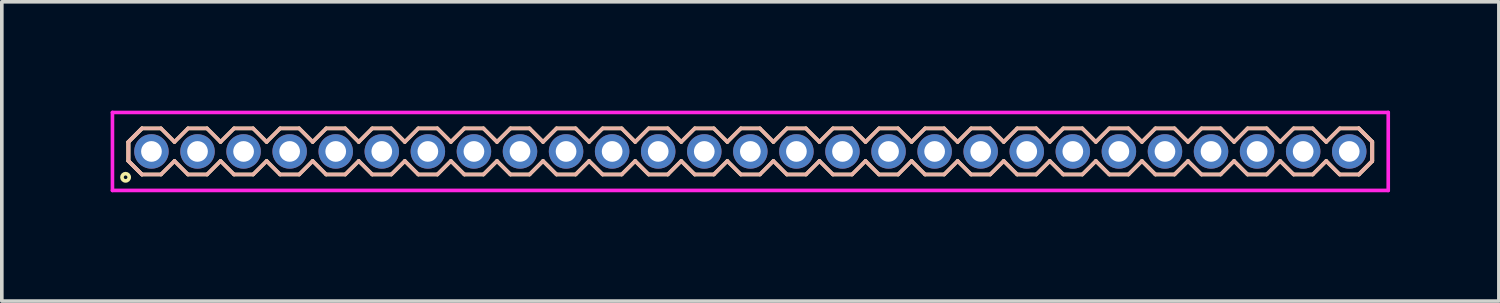
<source format=kicad_pcb>
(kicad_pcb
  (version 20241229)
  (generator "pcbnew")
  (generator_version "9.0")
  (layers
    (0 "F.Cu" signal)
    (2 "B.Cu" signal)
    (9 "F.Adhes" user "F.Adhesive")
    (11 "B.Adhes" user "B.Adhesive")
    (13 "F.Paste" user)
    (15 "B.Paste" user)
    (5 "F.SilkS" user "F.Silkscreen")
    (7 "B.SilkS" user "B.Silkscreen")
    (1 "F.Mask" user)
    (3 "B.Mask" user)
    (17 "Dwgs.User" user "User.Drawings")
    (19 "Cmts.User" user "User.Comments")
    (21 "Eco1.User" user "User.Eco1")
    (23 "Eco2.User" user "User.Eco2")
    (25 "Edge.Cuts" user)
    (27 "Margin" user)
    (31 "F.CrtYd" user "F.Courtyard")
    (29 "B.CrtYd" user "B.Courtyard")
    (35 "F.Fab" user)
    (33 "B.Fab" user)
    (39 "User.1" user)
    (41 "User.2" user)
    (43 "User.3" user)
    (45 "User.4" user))
  (footprint "HDR127P27x1"
    (layer "F.Cu")
    (at 17.635 1.125)
    (property "Reference" "HDR127P27x1" (at 0 0 0) (layer "User.1") (effects (font (size 1 1) (thickness 0.1))))
    (attr through_hole)
    (fp_line (start -17.145 -0.263) (end -16.773 -0.635) (stroke (width 0.1) (type solid)) (layer "F.SilkS"))
    (fp_line (start -17.145 -0.263) (end -16.773 -0.635) (stroke (width 0.1) (type solid)) (layer "F.SilkS"))
    (fp_line (start -17.145 0.263) (end -17.145 -0.263) (stroke (width 0.1) (type solid)) (layer "F.SilkS"))
    (fp_line (start -17.145 0.263) (end -17.145 -0.263) (stroke (width 0.1) (type solid)) (layer "F.SilkS"))
    (fp_line (start -16.773 -0.635) (end -16.247 -0.635) (stroke (width 0.1) (type solid)) (layer "F.SilkS"))
    (fp_line (start -16.773 0.635) (end -17.145 0.263) (stroke (width 0.1) (type solid)) (layer "F.SilkS"))
    (fp_line (start -16.773 0.635) (end -17.145 0.263) (stroke (width 0.1) (type solid)) (layer "F.SilkS"))
    (fp_line (start -16.247 -0.635) (end -15.875 -0.263) (stroke (width 0.1) (type solid)) (layer "F.SilkS"))
    (fp_line (start -16.247 0.635) (end -16.773 0.635) (stroke (width 0.1) (type solid)) (layer "F.SilkS"))
    (fp_line (start -15.875 -0.263) (end -15.503 -0.635) (stroke (width 0.1) (type solid)) (layer "F.SilkS"))
    (fp_line (start -15.875 0.263) (end -16.247 0.635) (stroke (width 0.1) (type solid)) (layer "F.SilkS"))
    (fp_line (start -15.503 -0.635) (end -14.977 -0.635) (stroke (width 0.1) (type solid)) (layer "F.SilkS"))
    (fp_line (start -15.503 0.635) (end -15.875 0.263) (stroke (width 0.1) (type solid)) (layer "F.SilkS"))
    (fp_line (start -14.977 -0.635) (end -14.605 -0.263) (stroke (width 0.1) (type solid)) (layer "F.SilkS"))
    (fp_line (start -14.977 0.635) (end -15.503 0.635) (stroke (width 0.1) (type solid)) (layer "F.SilkS"))
    (fp_line (start -14.605 -0.263) (end -14.233 -0.635) (stroke (width 0.1) (type solid)) (layer "F.SilkS"))
    (fp_line (start -14.605 0.263) (end -14.977 0.635) (stroke (width 0.1) (type solid)) (layer "F.SilkS"))
    (fp_line (start -14.233 -0.635) (end -13.707 -0.635) (stroke (width 0.1) (type solid)) (layer "F.SilkS"))
    (fp_line (start -14.233 0.635) (end -14.605 0.263) (stroke (width 0.1) (type solid)) (layer "F.SilkS"))
    (fp_line (start -13.707 -0.635) (end -13.335 -0.263) (stroke (width 0.1) (type solid)) (layer "F.SilkS"))
    (fp_line (start -13.707 0.635) (end -14.233 0.635) (stroke (width 0.1) (type solid)) (layer "F.SilkS"))
    (fp_line (start -13.335 -0.263) (end -12.963 -0.635) (stroke (width 0.1) (type solid)) (layer "F.SilkS"))
    (fp_line (start -13.335 0.263) (end -13.707 0.635) (stroke (width 0.1) (type solid)) (layer "F.SilkS"))
    (fp_line (start -12.963 -0.635) (end -12.437 -0.635) (stroke (width 0.1) (type solid)) (layer "F.SilkS"))
    (fp_line (start -12.963 0.635) (end -13.335 0.263) (stroke (width 0.1) (type solid)) (layer "F.SilkS"))
    (fp_line (start -12.437 -0.635) (end -12.065 -0.263) (stroke (width 0.1) (type solid)) (layer "F.SilkS"))
    (fp_line (start -12.437 0.635) (end -12.963 0.635) (stroke (width 0.1) (type solid)) (layer "F.SilkS"))
    (fp_line (start -12.065 -0.263) (end -11.693 -0.635) (stroke (width 0.1) (type solid)) (layer "F.SilkS"))
    (fp_line (start -12.065 0.263) (end -12.437 0.635) (stroke (width 0.1) (type solid)) (layer "F.SilkS"))
    (fp_line (start -11.693 -0.635) (end -11.167 -0.635) (stroke (width 0.1) (type solid)) (layer "F.SilkS"))
    (fp_line (start -11.693 0.635) (end -12.065 0.263) (stroke (width 0.1) (type solid)) (layer "F.SilkS"))
    (fp_line (start -11.167 -0.635) (end -10.795 -0.263) (stroke (width 0.1) (type solid)) (layer "F.SilkS"))
    (fp_line (start -11.167 0.635) (end -11.693 0.635) (stroke (width 0.1) (type solid)) (layer "F.SilkS"))
    (fp_line (start -10.795 -0.263) (end -10.423 -0.635) (stroke (width 0.1) (type solid)) (layer "F.SilkS"))
    (fp_line (start -10.795 0.263) (end -11.167 0.635) (stroke (width 0.1) (type solid)) (layer "F.SilkS"))
    (fp_line (start -10.423 -0.635) (end -9.897 -0.635) (stroke (width 0.1) (type solid)) (layer "F.SilkS"))
    (fp_line (start -10.423 0.635) (end -10.795 0.263) (stroke (width 0.1) (type solid)) (layer "F.SilkS"))
    (fp_line (start -9.897 -0.635) (end -9.525 -0.263) (stroke (width 0.1) (type solid)) (layer "F.SilkS"))
    (fp_line (start -9.897 0.635) (end -10.423 0.635) (stroke (width 0.1) (type solid)) (layer "F.SilkS"))
    (fp_line (start -9.525 -0.263) (end -9.153 -0.635) (stroke (width 0.1) (type solid)) (layer "F.SilkS"))
    (fp_line (start -9.525 0.263) (end -9.897 0.635) (stroke (width 0.1) (type solid)) (layer "F.SilkS"))
    (fp_line (start -9.153 -0.635) (end -8.627 -0.635) (stroke (width 0.1) (type solid)) (layer "F.SilkS"))
    (fp_line (start -9.153 0.635) (end -9.525 0.263) (stroke (width 0.1) (type solid)) (layer "F.SilkS"))
    (fp_line (start -8.627 -0.635) (end -8.255 -0.263) (stroke (width 0.1) (type solid)) (layer "F.SilkS"))
    (fp_line (start -8.627 0.635) (end -9.153 0.635) (stroke (width 0.1) (type solid)) (layer "F.SilkS"))
    (fp_line (start -8.255 -0.263) (end -7.883 -0.635) (stroke (width 0.1) (type solid)) (layer "F.SilkS"))
    (fp_line (start -8.255 0.263) (end -8.627 0.635) (stroke (width 0.1) (type solid)) (layer "F.SilkS"))
    (fp_line (start -7.883 -0.635) (end -7.357 -0.635) (stroke (width 0.1) (type solid)) (layer "F.SilkS"))
    (fp_line (start -7.883 0.635) (end -8.255 0.263) (stroke (width 0.1) (type solid)) (layer "F.SilkS"))
    (fp_line (start -7.357 -0.635) (end -6.985 -0.263) (stroke (width 0.1) (type solid)) (layer "F.SilkS"))
    (fp_line (start -7.357 0.635) (end -7.883 0.635) (stroke (width 0.1) (type solid)) (layer "F.SilkS"))
    (fp_line (start -6.985 -0.263) (end -6.613 -0.635) (stroke (width 0.1) (type solid)) (layer "F.SilkS"))
    (fp_line (start -6.985 0.263) (end -7.357 0.635) (stroke (width 0.1) (type solid)) (layer "F.SilkS"))
    (fp_line (start -6.613 -0.635) (end -6.087 -0.635) (stroke (width 0.1) (type solid)) (layer "F.SilkS"))
    (fp_line (start -6.613 0.635) (end -6.985 0.263) (stroke (width 0.1) (type solid)) (layer "F.SilkS"))
    (fp_line (start -6.087 -0.635) (end -5.715 -0.263) (stroke (width 0.1) (type solid)) (layer "F.SilkS"))
    (fp_line (start -6.087 0.635) (end -6.613 0.635) (stroke (width 0.1) (type solid)) (layer "F.SilkS"))
    (fp_line (start -5.715 -0.263) (end -5.343 -0.635) (stroke (width 0.1) (type solid)) (layer "F.SilkS"))
    (fp_line (start -5.715 0.263) (end -6.087 0.635) (stroke (width 0.1) (type solid)) (layer "F.SilkS"))
    (fp_line (start -5.343 -0.635) (end -4.817 -0.635) (stroke (width 0.1) (type solid)) (layer "F.SilkS"))
    (fp_line (start -5.343 0.635) (end -5.715 0.263) (stroke (width 0.1) (type solid)) (layer "F.SilkS"))
    (fp_line (start -4.817 -0.635) (end -4.445 -0.263) (stroke (width 0.1) (type solid)) (layer "F.SilkS"))
    (fp_line (start -4.817 0.635) (end -5.343 0.635) (stroke (width 0.1) (type solid)) (layer "F.SilkS"))
    (fp_line (start -4.445 -0.263) (end -4.073 -0.635) (stroke (width 0.1) (type solid)) (layer "F.SilkS"))
    (fp_line (start -4.445 0.263) (end -4.817 0.635) (stroke (width 0.1) (type solid)) (layer "F.SilkS"))
    (fp_line (start -4.073 -0.635) (end -3.547 -0.635) (stroke (width 0.1) (type solid)) (layer "F.SilkS"))
    (fp_line (start -4.073 0.635) (end -4.445 0.263) (stroke (width 0.1) (type solid)) (layer "F.SilkS"))
    (fp_line (start -3.547 -0.635) (end -3.175 -0.263) (stroke (width 0.1) (type solid)) (layer "F.SilkS"))
    (fp_line (start -3.547 0.635) (end -4.073 0.635) (stroke (width 0.1) (type solid)) (layer "F.SilkS"))
    (fp_line (start -3.175 -0.263) (end -2.803 -0.635) (stroke (width 0.1) (type solid)) (layer "F.SilkS"))
    (fp_line (start -3.175 0.263) (end -3.547 0.635) (stroke (width 0.1) (type solid)) (layer "F.SilkS"))
    (fp_line (start -2.803 -0.635) (end -2.277 -0.635) (stroke (width 0.1) (type solid)) (layer "F.SilkS"))
    (fp_line (start -2.803 0.635) (end -3.175 0.263) (stroke (width 0.1) (type solid)) (layer "F.SilkS"))
    (fp_line (start -2.277 -0.635) (end -1.905 -0.263) (stroke (width 0.1) (type solid)) (layer "F.SilkS"))
    (fp_line (start -2.277 0.635) (end -2.803 0.635) (stroke (width 0.1) (type solid)) (layer "F.SilkS"))
    (fp_line (start -1.905 -0.263) (end -1.533 -0.635) (stroke (width 0.1) (type solid)) (layer "F.SilkS"))
    (fp_line (start -1.905 0.263) (end -2.277 0.635) (stroke (width 0.1) (type solid)) (layer "F.SilkS"))
    (fp_line (start -1.533 -0.635) (end -1.007 -0.635) (stroke (width 0.1) (type solid)) (layer "F.SilkS"))
    (fp_line (start -1.533 0.635) (end -1.905 0.263) (stroke (width 0.1) (type solid)) (layer "F.SilkS"))
    (fp_line (start -1.007 -0.635) (end -0.635 -0.263) (stroke (width 0.1) (type solid)) (layer "F.SilkS"))
    (fp_line (start -1.007 0.635) (end -1.533 0.635) (stroke (width 0.1) (type solid)) (layer "F.SilkS"))
    (fp_line (start -0.635 -0.263) (end -0.263 -0.635) (stroke (width 0.1) (type solid)) (layer "F.SilkS"))
    (fp_line (start -0.635 0.263) (end -1.007 0.635) (stroke (width 0.1) (type solid)) (layer "F.SilkS"))
    (fp_line (start -0.263 -0.635) (end 0.263 -0.635) (stroke (width 0.1) (type solid)) (layer "F.SilkS"))
    (fp_line (start -0.263 0.635) (end -0.635 0.263) (stroke (width 0.1) (type solid)) (layer "F.SilkS"))
    (fp_line (start 0.263 -0.635) (end 0.635 -0.263) (stroke (width 0.1) (type solid)) (layer "F.SilkS"))
    (fp_line (start 0.263 0.635) (end -0.263 0.635) (stroke (width 0.1) (type solid)) (layer "F.SilkS"))
    (fp_line (start 0.635 -0.263) (end 1.007 -0.635) (stroke (width 0.1) (type solid)) (layer "F.SilkS"))
    (fp_line (start 0.635 0.263) (end 0.263 0.635) (stroke (width 0.1) (type solid)) (layer "F.SilkS"))
    (fp_line (start 1.007 -0.635) (end 1.533 -0.635) (stroke (width 0.1) (type solid)) (layer "F.SilkS"))
    (fp_line (start 1.007 0.635) (end 0.635 0.263) (stroke (width 0.1) (type solid)) (layer "F.SilkS"))
    (fp_line (start 1.533 -0.635) (end 1.905 -0.263) (stroke (width 0.1) (type solid)) (layer "F.SilkS"))
    (fp_line (start 1.533 0.635) (end 1.007 0.635) (stroke (width 0.1) (type solid)) (layer "F.SilkS"))
    (fp_line (start 1.905 -0.263) (end 2.277 -0.635) (stroke (width 0.1) (type solid)) (layer "F.SilkS"))
    (fp_line (start 1.905 0.263) (end 1.533 0.635) (stroke (width 0.1) (type solid)) (layer "F.SilkS"))
    (fp_line (start 2.277 -0.635) (end 2.803 -0.635) (stroke (width 0.1) (type solid)) (layer "F.SilkS"))
    (fp_line (start 2.277 0.635) (end 1.905 0.263) (stroke (width 0.1) (type solid)) (layer "F.SilkS"))
    (fp_line (start 2.803 -0.635) (end 3.175 -0.263) (stroke (width 0.1) (type solid)) (layer "F.SilkS"))
    (fp_line (start 2.803 0.635) (end 2.277 0.635) (stroke (width 0.1) (type solid)) (layer "F.SilkS"))
    (fp_line (start 3.175 -0.263) (end 3.547 -0.635) (stroke (width 0.1) (type solid)) (layer "F.SilkS"))
    (fp_line (start 3.175 0.263) (end 2.803 0.635) (stroke (width 0.1) (type solid)) (layer "F.SilkS"))
    (fp_line (start 3.547 -0.635) (end 4.073 -0.635) (stroke (width 0.1) (type solid)) (layer "F.SilkS"))
    (fp_line (start 3.547 0.635) (end 3.175 0.263) (stroke (width 0.1) (type solid)) (layer "F.SilkS"))
    (fp_line (start 4.073 -0.635) (end 4.445 -0.263) (stroke (width 0.1) (type solid)) (layer "F.SilkS"))
    (fp_line (start 4.073 0.635) (end 3.547 0.635) (stroke (width 0.1) (type solid)) (layer "F.SilkS"))
    (fp_line (start 4.445 -0.263) (end 4.817 -0.635) (stroke (width 0.1) (type solid)) (layer "F.SilkS"))
    (fp_line (start 4.445 0.263) (end 4.073 0.635) (stroke (width 0.1) (type solid)) (layer "F.SilkS"))
    (fp_line (start 4.817 -0.635) (end 5.343 -0.635) (stroke (width 0.1) (type solid)) (layer "F.SilkS"))
    (fp_line (start 4.817 0.635) (end 4.445 0.263) (stroke (width 0.1) (type solid)) (layer "F.SilkS"))
    (fp_line (start 5.343 -0.635) (end 5.715 -0.263) (stroke (width 0.1) (type solid)) (layer "F.SilkS"))
    (fp_line (start 5.343 0.635) (end 4.817 0.635) (stroke (width 0.1) (type solid)) (layer "F.SilkS"))
    (fp_line (start 5.715 -0.263) (end 6.087 -0.635) (stroke (width 0.1) (type solid)) (layer "F.SilkS"))
    (fp_line (start 5.715 0.263) (end 5.343 0.635) (stroke (width 0.1) (type solid)) (layer "F.SilkS"))
    (fp_line (start 6.087 -0.635) (end 6.613 -0.635) (stroke (width 0.1) (type solid)) (layer "F.SilkS"))
    (fp_line (start 6.087 0.635) (end 5.715 0.263) (stroke (width 0.1) (type solid)) (layer "F.SilkS"))
    (fp_line (start 6.613 -0.635) (end 6.985 -0.263) (stroke (width 0.1) (type solid)) (layer "F.SilkS"))
    (fp_line (start 6.613 0.635) (end 6.087 0.635) (stroke (width 0.1) (type solid)) (layer "F.SilkS"))
    (fp_line (start 6.985 -0.263) (end 7.357 -0.635) (stroke (width 0.1) (type solid)) (layer "F.SilkS"))
    (fp_line (start 6.985 0.263) (end 6.613 0.635) (stroke (width 0.1) (type solid)) (layer "F.SilkS"))
    (fp_line (start 7.357 -0.635) (end 7.883 -0.635) (stroke (width 0.1) (type solid)) (layer "F.SilkS"))
    (fp_line (start 7.357 0.635) (end 6.985 0.263) (stroke (width 0.1) (type solid)) (layer "F.SilkS"))
    (fp_line (start 7.883 -0.635) (end 8.255 -0.263) (stroke (width 0.1) (type solid)) (layer "F.SilkS"))
    (fp_line (start 7.883 0.635) (end 7.357 0.635) (stroke (width 0.1) (type solid)) (layer "F.SilkS"))
    (fp_line (start 8.255 -0.263) (end 8.627 -0.635) (stroke (width 0.1) (type solid)) (layer "F.SilkS"))
    (fp_line (start 8.255 0.263) (end 7.883 0.635) (stroke (width 0.1) (type solid)) (layer "F.SilkS"))
    (fp_line (start 8.627 -0.635) (end 9.153 -0.635) (stroke (width 0.1) (type solid)) (layer "F.SilkS"))
    (fp_line (start 8.627 0.635) (end 8.255 0.263) (stroke (width 0.1) (type solid)) (layer "F.SilkS"))
    (fp_line (start 9.153 -0.635) (end 9.525 -0.263) (stroke (width 0.1) (type solid)) (layer "F.SilkS"))
    (fp_line (start 9.153 0.635) (end 8.627 0.635) (stroke (width 0.1) (type solid)) (layer "F.SilkS"))
    (fp_line (start 9.525 -0.263) (end 9.897 -0.635) (stroke (width 0.1) (type solid)) (layer "F.SilkS"))
    (fp_line (start 9.525 0.263) (end 9.153 0.635) (stroke (width 0.1) (type solid)) (layer "F.SilkS"))
    (fp_line (start 9.897 -0.635) (end 10.423 -0.635) (stroke (width 0.1) (type solid)) (layer "F.SilkS"))
    (fp_line (start 9.897 0.635) (end 9.525 0.263) (stroke (width 0.1) (type solid)) (layer "F.SilkS"))
    (fp_line (start 10.423 -0.635) (end 10.795 -0.263) (stroke (width 0.1) (type solid)) (layer "F.SilkS"))
    (fp_line (start 10.423 0.635) (end 9.897 0.635) (stroke (width 0.1) (type solid)) (layer "F.SilkS"))
    (fp_line (start 10.795 -0.263) (end 11.167 -0.635) (stroke (width 0.1) (type solid)) (layer "F.SilkS"))
    (fp_line (start 10.795 0.263) (end 10.423 0.635) (stroke (width 0.1) (type solid)) (layer "F.SilkS"))
    (fp_line (start 11.167 -0.635) (end 11.693 -0.635) (stroke (width 0.1) (type solid)) (layer "F.SilkS"))
    (fp_line (start 11.167 0.635) (end 10.795 0.263) (stroke (width 0.1) (type solid)) (layer "F.SilkS"))
    (fp_line (start 11.693 -0.635) (end 12.065 -0.263) (stroke (width 0.1) (type solid)) (layer "F.SilkS"))
    (fp_line (start 11.693 0.635) (end 11.167 0.635) (stroke (width 0.1) (type solid)) (layer "F.SilkS"))
    (fp_line (start 12.065 -0.263) (end 12.437 -0.635) (stroke (width 0.1) (type solid)) (layer "F.SilkS"))
    (fp_line (start 12.065 0.263) (end 11.693 0.635) (stroke (width 0.1) (type solid)) (layer "F.SilkS"))
    (fp_line (start 12.437 -0.635) (end 12.963 -0.635) (stroke (width 0.1) (type solid)) (layer "F.SilkS"))
    (fp_line (start 12.437 0.635) (end 12.065 0.263) (stroke (width 0.1) (type solid)) (layer "F.SilkS"))
    (fp_line (start 12.963 -0.635) (end 13.335 -0.263) (stroke (width 0.1) (type solid)) (layer "F.SilkS"))
    (fp_line (start 12.963 0.635) (end 12.437 0.635) (stroke (width 0.1) (type solid)) (layer "F.SilkS"))
    (fp_line (start 13.335 -0.263) (end 13.707 -0.635) (stroke (width 0.1) (type solid)) (layer "F.SilkS"))
    (fp_line (start 13.335 0.263) (end 12.963 0.635) (stroke (width 0.1) (type solid)) (layer "F.SilkS"))
    (fp_line (start 13.707 -0.635) (end 14.233 -0.635) (stroke (width 0.1) (type solid)) (layer "F.SilkS"))
    (fp_line (start 13.707 0.635) (end 13.335 0.263) (stroke (width 0.1) (type solid)) (layer "F.SilkS"))
    (fp_line (start 14.233 -0.635) (end 14.605 -0.263) (stroke (width 0.1) (type solid)) (layer "F.SilkS"))
    (fp_line (start 14.233 0.635) (end 13.707 0.635) (stroke (width 0.1) (type solid)) (layer "F.SilkS"))
    (fp_line (start 14.605 -0.263) (end 14.977 -0.635) (stroke (width 0.1) (type solid)) (layer "F.SilkS"))
    (fp_line (start 14.605 0.263) (end 14.233 0.635) (stroke (width 0.1) (type solid)) (layer "F.SilkS"))
    (fp_line (start 14.977 -0.635) (end 15.503 -0.635) (stroke (width 0.1) (type solid)) (layer "F.SilkS"))
    (fp_line (start 14.977 0.635) (end 14.605 0.263) (stroke (width 0.1) (type solid)) (layer "F.SilkS"))
    (fp_line (start 15.503 -0.635) (end 15.875 -0.263) (stroke (width 0.1) (type solid)) (layer "F.SilkS"))
    (fp_line (start 15.503 0.635) (end 14.977 0.635) (stroke (width 0.1) (type solid)) (layer "F.SilkS"))
    (fp_line (start 15.875 -0.263) (end 16.247 -0.635) (stroke (width 0.1) (type solid)) (layer "F.SilkS"))
    (fp_line (start 15.875 0.263) (end 15.503 0.635) (stroke (width 0.1) (type solid)) (layer "F.SilkS"))
    (fp_line (start 16.247 -0.635) (end 16.773 -0.635) (stroke (width 0.1) (type solid)) (layer "F.SilkS"))
    (fp_line (start 16.247 0.635) (end 15.875 0.263) (stroke (width 0.1) (type solid)) (layer "F.SilkS"))
    (fp_line (start 16.773 -0.635) (end 17.145 -0.263) (stroke (width 0.1) (type solid)) (layer "F.SilkS"))
    (fp_line (start 16.773 -0.635) (end 17.145 -0.263) (stroke (width 0.1) (type solid)) (layer "F.SilkS"))
    (fp_line (start 16.773 0.635) (end 16.247 0.635) (stroke (width 0.1) (type solid)) (layer "F.SilkS"))
    (fp_line (start 17.145 -0.263) (end 17.145 0.263) (stroke (width 0.1) (type solid)) (layer "F.SilkS"))
    (fp_line (start 17.145 -0.263) (end 17.145 0.263) (stroke (width 0.1) (type solid)) (layer "F.SilkS"))
    (fp_line (start 17.145 0.263) (end 16.773 0.635) (stroke (width 0.1) (type solid)) (layer "F.SilkS"))
    (fp_line (start 17.145 0.263) (end 16.773 0.635) (stroke (width 0.1) (type solid)) (layer "F.SilkS"))
    (fp_circle (center -17.223 0.712) (end -17.123 0.712) (stroke (width 0.1) (type solid)) (fill no) (layer "F.SilkS"))
    (fp_line (start -17.145 -0.263) (end -16.773 -0.635) (stroke (width 0.1) (type solid)) (layer "B.SilkS"))
    (fp_line (start -17.145 -0.263) (end -16.773 -0.635) (stroke (width 0.1) (type solid)) (layer "B.SilkS"))
    (fp_line (start -17.145 0.263) (end -17.145 -0.263) (stroke (width 0.1) (type solid)) (layer "B.SilkS"))
    (fp_line (start -17.145 0.263) (end -17.145 -0.263) (stroke (width 0.1) (type solid)) (layer "B.SilkS"))
    (fp_line (start -16.773 -0.635) (end -16.247 -0.635) (stroke (width 0.1) (type solid)) (layer "B.SilkS"))
    (fp_line (start -16.773 0.635) (end -17.145 0.263) (stroke (width 0.1) (type solid)) (layer "B.SilkS"))
    (fp_line (start -16.773 0.635) (end -17.145 0.263) (stroke (width 0.1) (type solid)) (layer "B.SilkS"))
    (fp_line (start -16.247 -0.635) (end -15.875 -0.263) (stroke (width 0.1) (type solid)) (layer "B.SilkS"))
    (fp_line (start -16.247 0.635) (end -16.773 0.635) (stroke (width 0.1) (type solid)) (layer "B.SilkS"))
    (fp_line (start -15.875 -0.263) (end -15.503 -0.635) (stroke (width 0.1) (type solid)) (layer "B.SilkS"))
    (fp_line (start -15.875 0.263) (end -16.247 0.635) (stroke (width 0.1) (type solid)) (layer "B.SilkS"))
    (fp_line (start -15.503 -0.635) (end -14.977 -0.635) (stroke (width 0.1) (type solid)) (layer "B.SilkS"))
    (fp_line (start -15.503 0.635) (end -15.875 0.263) (stroke (width 0.1) (type solid)) (layer "B.SilkS"))
    (fp_line (start -14.977 -0.635) (end -14.605 -0.263) (stroke (width 0.1) (type solid)) (layer "B.SilkS"))
    (fp_line (start -14.977 0.635) (end -15.503 0.635) (stroke (width 0.1) (type solid)) (layer "B.SilkS"))
    (fp_line (start -14.605 -0.263) (end -14.233 -0.635) (stroke (width 0.1) (type solid)) (layer "B.SilkS"))
    (fp_line (start -14.605 0.263) (end -14.977 0.635) (stroke (width 0.1) (type solid)) (layer "B.SilkS"))
    (fp_line (start -14.233 -0.635) (end -13.707 -0.635) (stroke (width 0.1) (type solid)) (layer "B.SilkS"))
    (fp_line (start -14.233 0.635) (end -14.605 0.263) (stroke (width 0.1) (type solid)) (layer "B.SilkS"))
    (fp_line (start -13.707 -0.635) (end -13.335 -0.263) (stroke (width 0.1) (type solid)) (layer "B.SilkS"))
    (fp_line (start -13.707 0.635) (end -14.233 0.635) (stroke (width 0.1) (type solid)) (layer "B.SilkS"))
    (fp_line (start -13.335 -0.263) (end -12.963 -0.635) (stroke (width 0.1) (type solid)) (layer "B.SilkS"))
    (fp_line (start -13.335 0.263) (end -13.707 0.635) (stroke (width 0.1) (type solid)) (layer "B.SilkS"))
    (fp_line (start -12.963 -0.635) (end -12.437 -0.635) (stroke (width 0.1) (type solid)) (layer "B.SilkS"))
    (fp_line (start -12.963 0.635) (end -13.335 0.263) (stroke (width 0.1) (type solid)) (layer "B.SilkS"))
    (fp_line (start -12.437 -0.635) (end -12.065 -0.263) (stroke (width 0.1) (type solid)) (layer "B.SilkS"))
    (fp_line (start -12.437 0.635) (end -12.963 0.635) (stroke (width 0.1) (type solid)) (layer "B.SilkS"))
    (fp_line (start -12.065 -0.263) (end -11.693 -0.635) (stroke (width 0.1) (type solid)) (layer "B.SilkS"))
    (fp_line (start -12.065 0.263) (end -12.437 0.635) (stroke (width 0.1) (type solid)) (layer "B.SilkS"))
    (fp_line (start -11.693 -0.635) (end -11.167 -0.635) (stroke (width 0.1) (type solid)) (layer "B.SilkS"))
    (fp_line (start -11.693 0.635) (end -12.065 0.263) (stroke (width 0.1) (type solid)) (layer "B.SilkS"))
    (fp_line (start -11.167 -0.635) (end -10.795 -0.263) (stroke (width 0.1) (type solid)) (layer "B.SilkS"))
    (fp_line (start -11.167 0.635) (end -11.693 0.635) (stroke (width 0.1) (type solid)) (layer "B.SilkS"))
    (fp_line (start -10.795 -0.263) (end -10.423 -0.635) (stroke (width 0.1) (type solid)) (layer "B.SilkS"))
    (fp_line (start -10.795 0.263) (end -11.167 0.635) (stroke (width 0.1) (type solid)) (layer "B.SilkS"))
    (fp_line (start -10.423 -0.635) (end -9.897 -0.635) (stroke (width 0.1) (type solid)) (layer "B.SilkS"))
    (fp_line (start -10.423 0.635) (end -10.795 0.263) (stroke (width 0.1) (type solid)) (layer "B.SilkS"))
    (fp_line (start -9.897 -0.635) (end -9.525 -0.263) (stroke (width 0.1) (type solid)) (layer "B.SilkS"))
    (fp_line (start -9.897 0.635) (end -10.423 0.635) (stroke (width 0.1) (type solid)) (layer "B.SilkS"))
    (fp_line (start -9.525 -0.263) (end -9.153 -0.635) (stroke (width 0.1) (type solid)) (layer "B.SilkS"))
    (fp_line (start -9.525 0.263) (end -9.897 0.635) (stroke (width 0.1) (type solid)) (layer "B.SilkS"))
    (fp_line (start -9.153 -0.635) (end -8.627 -0.635) (stroke (width 0.1) (type solid)) (layer "B.SilkS"))
    (fp_line (start -9.153 0.635) (end -9.525 0.263) (stroke (width 0.1) (type solid)) (layer "B.SilkS"))
    (fp_line (start -8.627 -0.635) (end -8.255 -0.263) (stroke (width 0.1) (type solid)) (layer "B.SilkS"))
    (fp_line (start -8.627 0.635) (end -9.153 0.635) (stroke (width 0.1) (type solid)) (layer "B.SilkS"))
    (fp_line (start -8.255 -0.263) (end -7.883 -0.635) (stroke (width 0.1) (type solid)) (layer "B.SilkS"))
    (fp_line (start -8.255 0.263) (end -8.627 0.635) (stroke (width 0.1) (type solid)) (layer "B.SilkS"))
    (fp_line (start -7.883 -0.635) (end -7.357 -0.635) (stroke (width 0.1) (type solid)) (layer "B.SilkS"))
    (fp_line (start -7.883 0.635) (end -8.255 0.263) (stroke (width 0.1) (type solid)) (layer "B.SilkS"))
    (fp_line (start -7.357 -0.635) (end -6.985 -0.263) (stroke (width 0.1) (type solid)) (layer "B.SilkS"))
    (fp_line (start -7.357 0.635) (end -7.883 0.635) (stroke (width 0.1) (type solid)) (layer "B.SilkS"))
    (fp_line (start -6.985 -0.263) (end -6.613 -0.635) (stroke (width 0.1) (type solid)) (layer "B.SilkS"))
    (fp_line (start -6.985 0.263) (end -7.357 0.635) (stroke (width 0.1) (type solid)) (layer "B.SilkS"))
    (fp_line (start -6.613 -0.635) (end -6.087 -0.635) (stroke (width 0.1) (type solid)) (layer "B.SilkS"))
    (fp_line (start -6.613 0.635) (end -6.985 0.263) (stroke (width 0.1) (type solid)) (layer "B.SilkS"))
    (fp_line (start -6.087 -0.635) (end -5.715 -0.263) (stroke (width 0.1) (type solid)) (layer "B.SilkS"))
    (fp_line (start -6.087 0.635) (end -6.613 0.635) (stroke (width 0.1) (type solid)) (layer "B.SilkS"))
    (fp_line (start -5.715 -0.263) (end -5.343 -0.635) (stroke (width 0.1) (type solid)) (layer "B.SilkS"))
    (fp_line (start -5.715 0.263) (end -6.087 0.635) (stroke (width 0.1) (type solid)) (layer "B.SilkS"))
    (fp_line (start -5.343 -0.635) (end -4.817 -0.635) (stroke (width 0.1) (type solid)) (layer "B.SilkS"))
    (fp_line (start -5.343 0.635) (end -5.715 0.263) (stroke (width 0.1) (type solid)) (layer "B.SilkS"))
    (fp_line (start -4.817 -0.635) (end -4.445 -0.263) (stroke (width 0.1) (type solid)) (layer "B.SilkS"))
    (fp_line (start -4.817 0.635) (end -5.343 0.635) (stroke (width 0.1) (type solid)) (layer "B.SilkS"))
    (fp_line (start -4.445 -0.263) (end -4.073 -0.635) (stroke (width 0.1) (type solid)) (layer "B.SilkS"))
    (fp_line (start -4.445 0.263) (end -4.817 0.635) (stroke (width 0.1) (type solid)) (layer "B.SilkS"))
    (fp_line (start -4.073 -0.635) (end -3.547 -0.635) (stroke (width 0.1) (type solid)) (layer "B.SilkS"))
    (fp_line (start -4.073 0.635) (end -4.445 0.263) (stroke (width 0.1) (type solid)) (layer "B.SilkS"))
    (fp_line (start -3.547 -0.635) (end -3.175 -0.263) (stroke (width 0.1) (type solid)) (layer "B.SilkS"))
    (fp_line (start -3.547 0.635) (end -4.073 0.635) (stroke (width 0.1) (type solid)) (layer "B.SilkS"))
    (fp_line (start -3.175 -0.263) (end -2.803 -0.635) (stroke (width 0.1) (type solid)) (layer "B.SilkS"))
    (fp_line (start -3.175 0.263) (end -3.547 0.635) (stroke (width 0.1) (type solid)) (layer "B.SilkS"))
    (fp_line (start -2.803 -0.635) (end -2.277 -0.635) (stroke (width 0.1) (type solid)) (layer "B.SilkS"))
    (fp_line (start -2.803 0.635) (end -3.175 0.263) (stroke (width 0.1) (type solid)) (layer "B.SilkS"))
    (fp_line (start -2.277 -0.635) (end -1.905 -0.263) (stroke (width 0.1) (type solid)) (layer "B.SilkS"))
    (fp_line (start -2.277 0.635) (end -2.803 0.635) (stroke (width 0.1) (type solid)) (layer "B.SilkS"))
    (fp_line (start -1.905 -0.263) (end -1.533 -0.635) (stroke (width 0.1) (type solid)) (layer "B.SilkS"))
    (fp_line (start -1.905 0.263) (end -2.277 0.635) (stroke (width 0.1) (type solid)) (layer "B.SilkS"))
    (fp_line (start -1.533 -0.635) (end -1.007 -0.635) (stroke (width 0.1) (type solid)) (layer "B.SilkS"))
    (fp_line (start -1.533 0.635) (end -1.905 0.263) (stroke (width 0.1) (type solid)) (layer "B.SilkS"))
    (fp_line (start -1.007 -0.635) (end -0.635 -0.263) (stroke (width 0.1) (type solid)) (layer "B.SilkS"))
    (fp_line (start -1.007 0.635) (end -1.533 0.635) (stroke (width 0.1) (type solid)) (layer "B.SilkS"))
    (fp_line (start -0.635 -0.263) (end -0.263 -0.635) (stroke (width 0.1) (type solid)) (layer "B.SilkS"))
    (fp_line (start -0.635 0.263) (end -1.007 0.635) (stroke (width 0.1) (type solid)) (layer "B.SilkS"))
    (fp_line (start -0.263 -0.635) (end 0.263 -0.635) (stroke (width 0.1) (type solid)) (layer "B.SilkS"))
    (fp_line (start -0.263 0.635) (end -0.635 0.263) (stroke (width 0.1) (type solid)) (layer "B.SilkS"))
    (fp_line (start 0.263 -0.635) (end 0.635 -0.263) (stroke (width 0.1) (type solid)) (layer "B.SilkS"))
    (fp_line (start 0.263 0.635) (end -0.263 0.635) (stroke (width 0.1) (type solid)) (layer "B.SilkS"))
    (fp_line (start 0.635 -0.263) (end 1.007 -0.635) (stroke (width 0.1) (type solid)) (layer "B.SilkS"))
    (fp_line (start 0.635 0.263) (end 0.263 0.635) (stroke (width 0.1) (type solid)) (layer "B.SilkS"))
    (fp_line (start 1.007 -0.635) (end 1.533 -0.635) (stroke (width 0.1) (type solid)) (layer "B.SilkS"))
    (fp_line (start 1.007 0.635) (end 0.635 0.263) (stroke (width 0.1) (type solid)) (layer "B.SilkS"))
    (fp_line (start 1.533 -0.635) (end 1.905 -0.263) (stroke (width 0.1) (type solid)) (layer "B.SilkS"))
    (fp_line (start 1.533 0.635) (end 1.007 0.635) (stroke (width 0.1) (type solid)) (layer "B.SilkS"))
    (fp_line (start 1.905 -0.263) (end 2.277 -0.635) (stroke (width 0.1) (type solid)) (layer "B.SilkS"))
    (fp_line (start 1.905 0.263) (end 1.533 0.635) (stroke (width 0.1) (type solid)) (layer "B.SilkS"))
    (fp_line (start 2.277 -0.635) (end 2.803 -0.635) (stroke (width 0.1) (type solid)) (layer "B.SilkS"))
    (fp_line (start 2.277 0.635) (end 1.905 0.263) (stroke (width 0.1) (type solid)) (layer "B.SilkS"))
    (fp_line (start 2.803 -0.635) (end 3.175 -0.263) (stroke (width 0.1) (type solid)) (layer "B.SilkS"))
    (fp_line (start 2.803 0.635) (end 2.277 0.635) (stroke (width 0.1) (type solid)) (layer "B.SilkS"))
    (fp_line (start 3.175 -0.263) (end 3.547 -0.635) (stroke (width 0.1) (type solid)) (layer "B.SilkS"))
    (fp_line (start 3.175 0.263) (end 2.803 0.635) (stroke (width 0.1) (type solid)) (layer "B.SilkS"))
    (fp_line (start 3.547 -0.635) (end 4.073 -0.635) (stroke (width 0.1) (type solid)) (layer "B.SilkS"))
    (fp_line (start 3.547 0.635) (end 3.175 0.263) (stroke (width 0.1) (type solid)) (layer "B.SilkS"))
    (fp_line (start 4.073 -0.635) (end 4.445 -0.263) (stroke (width 0.1) (type solid)) (layer "B.SilkS"))
    (fp_line (start 4.073 0.635) (end 3.547 0.635) (stroke (width 0.1) (type solid)) (layer "B.SilkS"))
    (fp_line (start 4.445 -0.263) (end 4.817 -0.635) (stroke (width 0.1) (type solid)) (layer "B.SilkS"))
    (fp_line (start 4.445 0.263) (end 4.073 0.635) (stroke (width 0.1) (type solid)) (layer "B.SilkS"))
    (fp_line (start 4.817 -0.635) (end 5.343 -0.635) (stroke (width 0.1) (type solid)) (layer "B.SilkS"))
    (fp_line (start 4.817 0.635) (end 4.445 0.263) (stroke (width 0.1) (type solid)) (layer "B.SilkS"))
    (fp_line (start 5.343 -0.635) (end 5.715 -0.263) (stroke (width 0.1) (type solid)) (layer "B.SilkS"))
    (fp_line (start 5.343 0.635) (end 4.817 0.635) (stroke (width 0.1) (type solid)) (layer "B.SilkS"))
    (fp_line (start 5.715 -0.263) (end 6.087 -0.635) (stroke (width 0.1) (type solid)) (layer "B.SilkS"))
    (fp_line (start 5.715 0.263) (end 5.343 0.635) (stroke (width 0.1) (type solid)) (layer "B.SilkS"))
    (fp_line (start 6.087 -0.635) (end 6.613 -0.635) (stroke (width 0.1) (type solid)) (layer "B.SilkS"))
    (fp_line (start 6.087 0.635) (end 5.715 0.263) (stroke (width 0.1) (type solid)) (layer "B.SilkS"))
    (fp_line (start 6.613 -0.635) (end 6.985 -0.263) (stroke (width 0.1) (type solid)) (layer "B.SilkS"))
    (fp_line (start 6.613 0.635) (end 6.087 0.635) (stroke (width 0.1) (type solid)) (layer "B.SilkS"))
    (fp_line (start 6.985 -0.263) (end 7.357 -0.635) (stroke (width 0.1) (type solid)) (layer "B.SilkS"))
    (fp_line (start 6.985 0.263) (end 6.613 0.635) (stroke (width 0.1) (type solid)) (layer "B.SilkS"))
    (fp_line (start 7.357 -0.635) (end 7.883 -0.635) (stroke (width 0.1) (type solid)) (layer "B.SilkS"))
    (fp_line (start 7.357 0.635) (end 6.985 0.263) (stroke (width 0.1) (type solid)) (layer "B.SilkS"))
    (fp_line (start 7.883 -0.635) (end 8.255 -0.263) (stroke (width 0.1) (type solid)) (layer "B.SilkS"))
    (fp_line (start 7.883 0.635) (end 7.357 0.635) (stroke (width 0.1) (type solid)) (layer "B.SilkS"))
    (fp_line (start 8.255 -0.263) (end 8.627 -0.635) (stroke (width 0.1) (type solid)) (layer "B.SilkS"))
    (fp_line (start 8.255 0.263) (end 7.883 0.635) (stroke (width 0.1) (type solid)) (layer "B.SilkS"))
    (fp_line (start 8.627 -0.635) (end 9.153 -0.635) (stroke (width 0.1) (type solid)) (layer "B.SilkS"))
    (fp_line (start 8.627 0.635) (end 8.255 0.263) (stroke (width 0.1) (type solid)) (layer "B.SilkS"))
    (fp_line (start 9.153 -0.635) (end 9.525 -0.263) (stroke (width 0.1) (type solid)) (layer "B.SilkS"))
    (fp_line (start 9.153 0.635) (end 8.627 0.635) (stroke (width 0.1) (type solid)) (layer "B.SilkS"))
    (fp_line (start 9.525 -0.263) (end 9.897 -0.635) (stroke (width 0.1) (type solid)) (layer "B.SilkS"))
    (fp_line (start 9.525 0.263) (end 9.153 0.635) (stroke (width 0.1) (type solid)) (layer "B.SilkS"))
    (fp_line (start 9.897 -0.635) (end 10.423 -0.635) (stroke (width 0.1) (type solid)) (layer "B.SilkS"))
    (fp_line (start 9.897 0.635) (end 9.525 0.263) (stroke (width 0.1) (type solid)) (layer "B.SilkS"))
    (fp_line (start 10.423 -0.635) (end 10.795 -0.263) (stroke (width 0.1) (type solid)) (layer "B.SilkS"))
    (fp_line (start 10.423 0.635) (end 9.897 0.635) (stroke (width 0.1) (type solid)) (layer "B.SilkS"))
    (fp_line (start 10.795 -0.263) (end 11.167 -0.635) (stroke (width 0.1) (type solid)) (layer "B.SilkS"))
    (fp_line (start 10.795 0.263) (end 10.423 0.635) (stroke (width 0.1) (type solid)) (layer "B.SilkS"))
    (fp_line (start 11.167 -0.635) (end 11.693 -0.635) (stroke (width 0.1) (type solid)) (layer "B.SilkS"))
    (fp_line (start 11.167 0.635) (end 10.795 0.263) (stroke (width 0.1) (type solid)) (layer "B.SilkS"))
    (fp_line (start 11.693 -0.635) (end 12.065 -0.263) (stroke (width 0.1) (type solid)) (layer "B.SilkS"))
    (fp_line (start 11.693 0.635) (end 11.167 0.635) (stroke (width 0.1) (type solid)) (layer "B.SilkS"))
    (fp_line (start 12.065 -0.263) (end 12.437 -0.635) (stroke (width 0.1) (type solid)) (layer "B.SilkS"))
    (fp_line (start 12.065 0.263) (end 11.693 0.635) (stroke (width 0.1) (type solid)) (layer "B.SilkS"))
    (fp_line (start 12.437 -0.635) (end 12.963 -0.635) (stroke (width 0.1) (type solid)) (layer "B.SilkS"))
    (fp_line (start 12.437 0.635) (end 12.065 0.263) (stroke (width 0.1) (type solid)) (layer "B.SilkS"))
    (fp_line (start 12.963 -0.635) (end 13.335 -0.263) (stroke (width 0.1) (type solid)) (layer "B.SilkS"))
    (fp_line (start 12.963 0.635) (end 12.437 0.635) (stroke (width 0.1) (type solid)) (layer "B.SilkS"))
    (fp_line (start 13.335 -0.263) (end 13.707 -0.635) (stroke (width 0.1) (type solid)) (layer "B.SilkS"))
    (fp_line (start 13.335 0.263) (end 12.963 0.635) (stroke (width 0.1) (type solid)) (layer "B.SilkS"))
    (fp_line (start 13.707 -0.635) (end 14.233 -0.635) (stroke (width 0.1) (type solid)) (layer "B.SilkS"))
    (fp_line (start 13.707 0.635) (end 13.335 0.263) (stroke (width 0.1) (type solid)) (layer "B.SilkS"))
    (fp_line (start 14.233 -0.635) (end 14.605 -0.263) (stroke (width 0.1) (type solid)) (layer "B.SilkS"))
    (fp_line (start 14.233 0.635) (end 13.707 0.635) (stroke (width 0.1) (type solid)) (layer "B.SilkS"))
    (fp_line (start 14.605 -0.263) (end 14.977 -0.635) (stroke (width 0.1) (type solid)) (layer "B.SilkS"))
    (fp_line (start 14.605 0.263) (end 14.233 0.635) (stroke (width 0.1) (type solid)) (layer "B.SilkS"))
    (fp_line (start 14.977 -0.635) (end 15.503 -0.635) (stroke (width 0.1) (type solid)) (layer "B.SilkS"))
    (fp_line (start 14.977 0.635) (end 14.605 0.263) (stroke (width 0.1) (type solid)) (layer "B.SilkS"))
    (fp_line (start 15.503 -0.635) (end 15.875 -0.263) (stroke (width 0.1) (type solid)) (layer "B.SilkS"))
    (fp_line (start 15.503 0.635) (end 14.977 0.635) (stroke (width 0.1) (type solid)) (layer "B.SilkS"))
    (fp_line (start 15.875 -0.263) (end 16.247 -0.635) (stroke (width 0.1) (type solid)) (layer "B.SilkS"))
    (fp_line (start 15.875 0.263) (end 15.503 0.635) (stroke (width 0.1) (type solid)) (layer "B.SilkS"))
    (fp_line (start 16.247 -0.635) (end 16.773 -0.635) (stroke (width 0.1) (type solid)) (layer "B.SilkS"))
    (fp_line (start 16.247 0.635) (end 15.875 0.263) (stroke (width 0.1) (type solid)) (layer "B.SilkS"))
    (fp_line (start 16.773 -0.635) (end 17.145 -0.263) (stroke (width 0.1) (type solid)) (layer "B.SilkS"))
    (fp_line (start 16.773 -0.635) (end 17.145 -0.263) (stroke (width 0.1) (type solid)) (layer "B.SilkS"))
    (fp_line (start 16.773 0.635) (end 16.247 0.635) (stroke (width 0.1) (type solid)) (layer "B.SilkS"))
    (fp_line (start 17.145 -0.263) (end 17.145 0.263) (stroke (width 0.1) (type solid)) (layer "B.SilkS"))
    (fp_line (start 17.145 -0.263) (end 17.145 0.263) (stroke (width 0.1) (type solid)) (layer "B.SilkS"))
    (fp_line (start 17.145 0.263) (end 16.773 0.635) (stroke (width 0.1) (type solid)) (layer "B.SilkS"))
    (fp_line (start 17.145 0.263) (end 16.773 0.635) (stroke (width 0.1) (type solid)) (layer "B.SilkS"))
    (fp_line (start -17.585 -1.075) (end -17.585 1.075) (stroke (width 0.1) (type solid)) (layer "F.CrtYd"))
    (fp_line (start -17.585 1.075) (end 17.585 1.075) (stroke (width 0.1) (type solid)) (layer "F.CrtYd"))
    (fp_line (start 17.585 -1.075) (end -17.585 -1.075) (stroke (width 0.1) (type solid)) (layer "F.CrtYd"))
    (fp_line (start 17.585 1.075) (end 17.585 -1.075) (stroke (width 0.1) (type solid)) (layer "F.CrtYd"))
    (pad "1" thru_hole oval (at -16.51 0) (size 0.95 0.95) (drill 0.57) (layers "*.Cu" "*.Mask"))
    (pad "2" thru_hole oval (at -15.24 0) (size 0.95 0.95) (drill 0.57) (layers "*.Cu" "*.Mask"))
    (pad "3" thru_hole oval (at -13.97 0) (size 0.95 0.95) (drill 0.57) (layers "*.Cu" "*.Mask"))
    (pad "4" thru_hole oval (at -12.7 0) (size 0.95 0.95) (drill 0.57) (layers "*.Cu" "*.Mask"))
    (pad "5" thru_hole oval (at -11.43 0) (size 0.95 0.95) (drill 0.57) (layers "*.Cu" "*.Mask"))
    (pad "6" thru_hole oval (at -10.16 0) (size 0.95 0.95) (drill 0.57) (layers "*.Cu" "*.Mask"))
    (pad "7" thru_hole oval (at -8.89 0) (size 0.95 0.95) (drill 0.57) (layers "*.Cu" "*.Mask"))
    (pad "8" thru_hole oval (at -7.62 0) (size 0.95 0.95) (drill 0.57) (layers "*.Cu" "*.Mask"))
    (pad "9" thru_hole oval (at -6.35 0) (size 0.95 0.95) (drill 0.57) (layers "*.Cu" "*.Mask"))
    (pad "10" thru_hole oval (at -5.08 0) (size 0.95 0.95) (drill 0.57) (layers "*.Cu" "*.Mask"))
    (pad "11" thru_hole oval (at -3.81 0) (size 0.95 0.95) (drill 0.57) (layers "*.Cu" "*.Mask"))
    (pad "12" thru_hole oval (at -2.54 0) (size 0.95 0.95) (drill 0.57) (layers "*.Cu" "*.Mask"))
    (pad "13" thru_hole oval (at -1.27 0) (size 0.95 0.95) (drill 0.57) (layers "*.Cu" "*.Mask"))
    (pad "14" thru_hole oval (at 0 0) (size 0.95 0.95) (drill 0.57) (layers "*.Cu" "*.Mask"))
    (pad "15" thru_hole oval (at 1.27 0) (size 0.95 0.95) (drill 0.57) (layers "*.Cu" "*.Mask"))
    (pad "16" thru_hole oval (at 2.54 0) (size 0.95 0.95) (drill 0.57) (layers "*.Cu" "*.Mask"))
    (pad "17" thru_hole oval (at 3.81 0) (size 0.95 0.95) (drill 0.57) (layers "*.Cu" "*.Mask"))
    (pad "18" thru_hole oval (at 5.08 0) (size 0.95 0.95) (drill 0.57) (layers "*.Cu" "*.Mask"))
    (pad "19" thru_hole oval (at 6.35 0) (size 0.95 0.95) (drill 0.57) (layers "*.Cu" "*.Mask"))
    (pad "20" thru_hole oval (at 7.62 0) (size 0.95 0.95) (drill 0.57) (layers "*.Cu" "*.Mask"))
    (pad "21" thru_hole oval (at 8.89 0) (size 0.95 0.95) (drill 0.57) (layers "*.Cu" "*.Mask"))
    (pad "22" thru_hole oval (at 10.16 0) (size 0.95 0.95) (drill 0.57) (layers "*.Cu" "*.Mask"))
    (pad "23" thru_hole oval (at 11.43 0) (size 0.95 0.95) (drill 0.57) (layers "*.Cu" "*.Mask"))
    (pad "24" thru_hole oval (at 12.7 0) (size 0.95 0.95) (drill 0.57) (layers "*.Cu" "*.Mask"))
    (pad "25" thru_hole oval (at 13.97 0) (size 0.95 0.95) (drill 0.57) (layers "*.Cu" "*.Mask"))
    (pad "26" thru_hole oval (at 15.24 0) (size 0.95 0.95) (drill 0.57) (layers "*.Cu" "*.Mask"))
    (pad "27" thru_hole oval (at 16.51 0) (size 0.95 0.95) (drill 0.57) (layers "*.Cu" "*.Mask")))
  (gr_rect
    (start -3 -3)
    (end 38.27 5.25)
    (stroke (width 0.1) (type default))
    (fill no)
    (layer "Edge.Cuts")))
</source>
